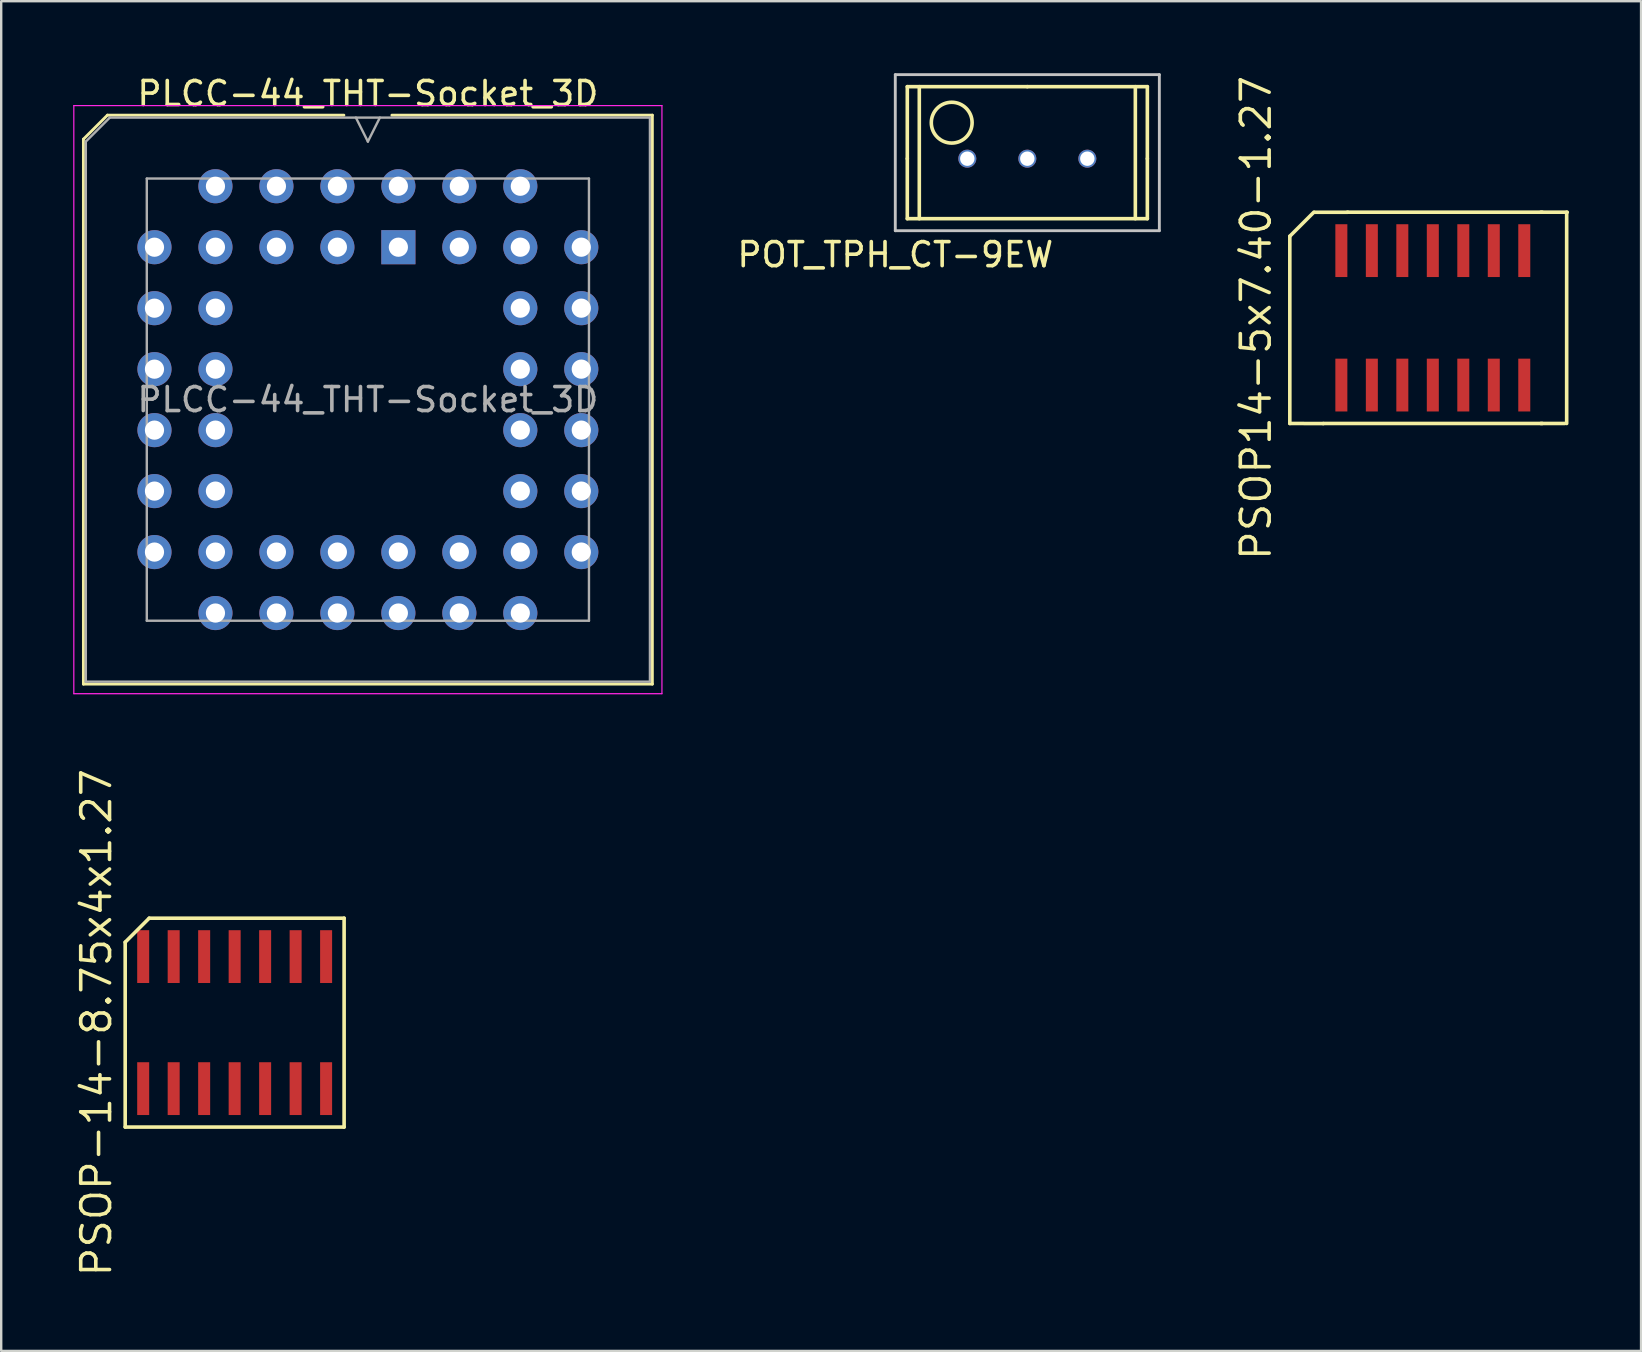
<source format=kicad_pcb>
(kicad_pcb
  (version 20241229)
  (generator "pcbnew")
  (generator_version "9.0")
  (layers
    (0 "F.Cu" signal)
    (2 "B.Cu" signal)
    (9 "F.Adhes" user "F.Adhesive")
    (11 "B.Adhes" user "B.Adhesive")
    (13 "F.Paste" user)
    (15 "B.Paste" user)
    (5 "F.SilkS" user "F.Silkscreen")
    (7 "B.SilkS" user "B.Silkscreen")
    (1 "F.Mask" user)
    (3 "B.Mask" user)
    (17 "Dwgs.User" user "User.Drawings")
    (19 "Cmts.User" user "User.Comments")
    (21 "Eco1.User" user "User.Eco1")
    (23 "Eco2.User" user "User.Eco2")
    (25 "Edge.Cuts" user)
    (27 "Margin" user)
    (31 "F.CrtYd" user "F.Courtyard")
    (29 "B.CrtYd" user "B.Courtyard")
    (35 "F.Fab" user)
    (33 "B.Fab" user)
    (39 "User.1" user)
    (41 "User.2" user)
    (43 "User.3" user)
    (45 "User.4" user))
  (footprint "PLCC-44_THT-Socket_3D"
    (layer "F.Cu")
    (at 13.545 7.248)
    (property "Reference" "PLCC-44_THT-Socket_3D" (at -1.27 -6.4 0) (layer "F.SilkS") (effects (font (size 1 1) (thickness 0.15))))
    (attr through_hole)
    (fp_line (start -13.12 -4.5) (end -13.12 18.2) (stroke (width 0.12) (type solid)) (layer "F.SilkS"))
    (fp_line (start -13.12 18.2) (end 10.58 18.2) (stroke (width 0.12) (type solid)) (layer "F.SilkS"))
    (fp_line (start -12.12 -5.5) (end -13.12 -4.5) (stroke (width 0.12) (type solid)) (layer "F.SilkS"))
    (fp_line (start -2.27 -5.5) (end -12.12 -5.5) (stroke (width 0.12) (type solid)) (layer "F.SilkS"))
    (fp_line (start 10.58 -5.5) (end -0.27 -5.5) (stroke (width 0.12) (type solid)) (layer "F.SilkS"))
    (fp_line (start 10.58 18.2) (end 10.58 -5.5) (stroke (width 0.12) (type solid)) (layer "F.SilkS"))
    (fp_line (start -13.52 -5.9) (end -13.52 18.6) (stroke (width 0.05) (type solid)) (layer "F.CrtYd"))
    (fp_line (start -13.52 18.6) (end 10.98 18.6) (stroke (width 0.05) (type solid)) (layer "F.CrtYd"))
    (fp_line (start 10.98 -5.9) (end -13.52 -5.9) (stroke (width 0.05) (type solid)) (layer "F.CrtYd"))
    (fp_line (start 10.98 18.6) (end 10.98 -5.9) (stroke (width 0.05) (type solid)) (layer "F.CrtYd"))
    (fp_line (start -13.02 -4.4) (end -13.02 18.1) (stroke (width 0.1) (type solid)) (layer "F.Fab"))
    (fp_line (start -13.02 18.1) (end 10.48 18.1) (stroke (width 0.1) (type solid)) (layer "F.Fab"))
    (fp_line (start -12.02 -5.4) (end -13.02 -4.4) (stroke (width 0.1) (type solid)) (layer "F.Fab"))
    (fp_line (start -10.48 -2.86) (end -10.48 15.56) (stroke (width 0.1) (type solid)) (layer "F.Fab"))
    (fp_line (start -10.48 15.56) (end 7.94 15.56) (stroke (width 0.1) (type solid)) (layer "F.Fab"))
    (fp_line (start -1.77 -5.4) (end -1.27 -4.4) (stroke (width 0.1) (type solid)) (layer "F.Fab"))
    (fp_line (start -1.27 -4.4) (end -0.77 -5.4) (stroke (width 0.1) (type solid)) (layer "F.Fab"))
    (fp_line (start 7.94 -2.86) (end -10.48 -2.86) (stroke (width 0.1) (type solid)) (layer "F.Fab"))
    (fp_line (start 7.94 15.56) (end 7.94 -2.86) (stroke (width 0.1) (type solid)) (layer "F.Fab"))
    (fp_line (start 10.48 -5.4) (end -12.02 -5.4) (stroke (width 0.1) (type solid)) (layer "F.Fab"))
    (fp_line (start 10.48 18.1) (end 10.48 -5.4) (stroke (width 0.1) (type solid)) (layer "F.Fab"))
    (fp_text user "${REFERENCE}" (at -1.27 6.35 0) (layer "F.Fab") (effects (font (size 1 1) (thickness 0.15))))
    (pad "1" thru_hole rect (at 0 0) (size 1.422 1.422) (drill 0.8) (layers "*.Cu" "*.Mask"))
    (pad "2" thru_hole circle (at -2.54 -2.54) (size 1.422 1.422) (drill 0.8) (layers "*.Cu" "*.Mask"))
    (pad "3" thru_hole circle (at -2.54 0) (size 1.422 1.422) (drill 0.8) (layers "*.Cu" "*.Mask"))
    (pad "4" thru_hole circle (at -5.08 -2.54) (size 1.422 1.422) (drill 0.8) (layers "*.Cu" "*.Mask"))
    (pad "5" thru_hole circle (at -5.08 0) (size 1.422 1.422) (drill 0.8) (layers "*.Cu" "*.Mask"))
    (pad "6" thru_hole circle (at -7.62 -2.54) (size 1.422 1.422) (drill 0.8) (layers "*.Cu" "*.Mask"))
    (pad "7" thru_hole circle (at -10.16 0) (size 1.422 1.422) (drill 0.8) (layers "*.Cu" "*.Mask"))
    (pad "8" thru_hole circle (at -7.62 0) (size 1.422 1.422) (drill 0.8) (layers "*.Cu" "*.Mask"))
    (pad "9" thru_hole circle (at -10.16 2.54) (size 1.422 1.422) (drill 0.8) (layers "*.Cu" "*.Mask"))
    (pad "10" thru_hole circle (at -7.62 2.54) (size 1.422 1.422) (drill 0.8) (layers "*.Cu" "*.Mask"))
    (pad "11" thru_hole circle (at -10.16 5.08) (size 1.422 1.422) (drill 0.8) (layers "*.Cu" "*.Mask"))
    (pad "12" thru_hole circle (at -7.62 5.08) (size 1.422 1.422) (drill 0.8) (layers "*.Cu" "*.Mask"))
    (pad "13" thru_hole circle (at -10.16 7.62) (size 1.422 1.422) (drill 0.8) (layers "*.Cu" "*.Mask"))
    (pad "14" thru_hole circle (at -7.62 7.62) (size 1.422 1.422) (drill 0.8) (layers "*.Cu" "*.Mask"))
    (pad "15" thru_hole circle (at -10.16 10.16) (size 1.422 1.422) (drill 0.8) (layers "*.Cu" "*.Mask"))
    (pad "16" thru_hole circle (at -7.62 10.16) (size 1.422 1.422) (drill 0.8) (layers "*.Cu" "*.Mask"))
    (pad "17" thru_hole circle (at -10.16 12.7) (size 1.422 1.422) (drill 0.8) (layers "*.Cu" "*.Mask"))
    (pad "18" thru_hole circle (at -7.62 15.24) (size 1.422 1.422) (drill 0.8) (layers "*.Cu" "*.Mask"))
    (pad "19" thru_hole circle (at -7.62 12.7) (size 1.422 1.422) (drill 0.8) (layers "*.Cu" "*.Mask"))
    (pad "20" thru_hole circle (at -5.08 15.24) (size 1.422 1.422) (drill 0.8) (layers "*.Cu" "*.Mask"))
    (pad "21" thru_hole circle (at -5.08 12.7) (size 1.422 1.422) (drill 0.8) (layers "*.Cu" "*.Mask"))
    (pad "22" thru_hole circle (at -2.54 15.24) (size 1.422 1.422) (drill 0.8) (layers "*.Cu" "*.Mask"))
    (pad "23" thru_hole circle (at -2.54 12.7) (size 1.422 1.422) (drill 0.8) (layers "*.Cu" "*.Mask"))
    (pad "24" thru_hole circle (at 0 15.24) (size 1.422 1.422) (drill 0.8) (layers "*.Cu" "*.Mask"))
    (pad "25" thru_hole circle (at 0 12.7) (size 1.422 1.422) (drill 0.8) (layers "*.Cu" "*.Mask"))
    (pad "26" thru_hole circle (at 2.54 15.24) (size 1.422 1.422) (drill 0.8) (layers "*.Cu" "*.Mask"))
    (pad "27" thru_hole circle (at 2.54 12.7) (size 1.422 1.422) (drill 0.8) (layers "*.Cu" "*.Mask"))
    (pad "28" thru_hole circle (at 5.08 15.24) (size 1.422 1.422) (drill 0.8) (layers "*.Cu" "*.Mask"))
    (pad "29" thru_hole circle (at 7.62 12.7) (size 1.422 1.422) (drill 0.8) (layers "*.Cu" "*.Mask"))
    (pad "30" thru_hole circle (at 5.08 12.7) (size 1.422 1.422) (drill 0.8) (layers "*.Cu" "*.Mask"))
    (pad "31" thru_hole circle (at 7.62 10.16) (size 1.422 1.422) (drill 0.8) (layers "*.Cu" "*.Mask"))
    (pad "32" thru_hole circle (at 5.08 10.16) (size 1.422 1.422) (drill 0.8) (layers "*.Cu" "*.Mask"))
    (pad "33" thru_hole circle (at 7.62 7.62) (size 1.422 1.422) (drill 0.8) (layers "*.Cu" "*.Mask"))
    (pad "34" thru_hole circle (at 5.08 7.62) (size 1.422 1.422) (drill 0.8) (layers "*.Cu" "*.Mask"))
    (pad "35" thru_hole circle (at 7.62 5.08) (size 1.422 1.422) (drill 0.8) (layers "*.Cu" "*.Mask"))
    (pad "36" thru_hole circle (at 5.08 5.08) (size 1.422 1.422) (drill 0.8) (layers "*.Cu" "*.Mask"))
    (pad "37" thru_hole circle (at 7.62 2.54) (size 1.422 1.422) (drill 0.8) (layers "*.Cu" "*.Mask"))
    (pad "38" thru_hole circle (at 5.08 2.54) (size 1.422 1.422) (drill 0.8) (layers "*.Cu" "*.Mask"))
    (pad "39" thru_hole circle (at 7.62 0) (size 1.422 1.422) (drill 0.8) (layers "*.Cu" "*.Mask"))
    (pad "40" thru_hole circle (at 5.08 -2.54) (size 1.422 1.422) (drill 0.8) (layers "*.Cu" "*.Mask"))
    (pad "41" thru_hole circle (at 5.08 0) (size 1.422 1.422) (drill 0.8) (layers "*.Cu" "*.Mask"))
    (pad "42" thru_hole circle (at 2.54 -2.54) (size 1.422 1.422) (drill 0.8) (layers "*.Cu" "*.Mask"))
    (pad "43" thru_hole circle (at 2.54 0) (size 1.422 1.422) (drill 0.8) (layers "*.Cu" "*.Mask"))
    (pad "44" thru_hole circle (at 0 -2.54) (size 1.422 1.422) (drill 0.8) (layers "*.Cu" "*.Mask")))
  (footprint "PSOP14-5x7.40-1.27"
    (layer "F.Cu")
    (at 56.638 10.191)
    (property "Reference" "PSOP14-5x7.40-1.27" (at -7.366 0 90) (layer "F.SilkS") (effects (font (size 1.2 1.2) (thickness 0.15))))
    (attr through_hole)
    (fp_line (start -5.957 -3.4) (end -5.957 4.4) (stroke (width 0.15) (type solid)) (layer "F.SilkS"))
    (fp_line (start -4.957 -4.4) (end -5.957 -3.4) (stroke (width 0.15) (type solid)) (layer "F.SilkS"))
    (fp_line (start -4.562 4.404) (end -5.959 4.399) (stroke (width 0.15) (type solid)) (layer "F.SilkS"))
    (fp_line (start -4.56 4.4) (end 4.56 4.4) (stroke (width 0.15) (type solid)) (layer "F.SilkS"))
    (fp_line (start -3.543 -4.399) (end -4.928 -4.399) (stroke (width 0.15) (type solid)) (layer "F.SilkS"))
    (fp_line (start 4.5 4.4) (end 5.5 4.4) (stroke (width 0.15) (type solid)) (layer "F.SilkS"))
    (fp_line (start 4.56 -4.4) (end -3.56 -4.4) (stroke (width 0.15) (type solid)) (layer "F.SilkS"))
    (fp_line (start 5.576 4.4) (end 5.576 -4.4) (stroke (width 0.15) (type solid)) (layer "F.SilkS"))
    (fp_line (start 5.6 -4.4) (end 4.5 -4.4) (stroke (width 0.15) (type solid)) (layer "F.SilkS"))
    (pad "1" smd rect (at -3.81 2.8) (size 0.5 2.2) (layers "F.Cu" "F.Mask" "F.Paste"))
    (pad "2" smd rect (at -2.54 2.8) (size 0.5 2.2) (layers "F.Cu" "F.Mask" "F.Paste"))
    (pad "3" smd rect (at -1.27 2.8) (size 0.5 2.2) (layers "F.Cu" "F.Mask" "F.Paste"))
    (pad "4" smd rect (at 0 2.8) (size 0.5 2.2) (layers "F.Cu" "F.Mask" "F.Paste"))
    (pad "5" smd rect (at 1.27 2.8) (size 0.5 2.2) (layers "F.Cu" "F.Mask" "F.Paste"))
    (pad "6" smd rect (at 2.54 2.8) (size 0.5 2.2) (layers "F.Cu" "F.Mask" "F.Paste"))
    (pad "7" smd rect (at 3.81 2.8) (size 0.5 2.2) (layers "F.Cu" "F.Mask" "F.Paste"))
    (pad "8" smd rect (at 3.81 -2.8) (size 0.5 2.2) (layers "F.Cu" "F.Mask" "F.Paste"))
    (pad "9" smd rect (at 2.54 -2.8) (size 0.5 2.2) (layers "F.Cu" "F.Mask" "F.Paste"))
    (pad "10" smd rect (at 1.27 -2.8) (size 0.5 2.2) (layers "F.Cu" "F.Mask" "F.Paste"))
    (pad "11" smd rect (at 0 -2.8) (size 0.5 2.2) (layers "F.Cu" "F.Mask" "F.Paste"))
    (pad "12" smd rect (at -1.27 -2.8) (size 0.5 2.2) (layers "F.Cu" "F.Mask" "F.Paste"))
    (pad "13" smd rect (at -2.54 -2.8) (size 0.5 2.2) (layers "F.Cu" "F.Mask" "F.Paste"))
    (pad "14" smd rect (at -3.81 -2.8) (size 0.5 2.2) (layers "F.Cu" "F.Mask" "F.Paste")))
  (footprint "POT_TPH_CT-9EW"
    (layer "F.Cu")
    (at 39.746 3.56)
    (property "Reference" "POT_TPH_CT-9EW" (at -5.5 4 0) (layer "F.SilkS") (effects (font (size 1 1) (thickness 0.15))))
    (attr through_hole)
    (fp_line (start -5 -3) (end 0 -3) (stroke (width 0.15) (type solid)) (layer "F.SilkS"))
    (fp_line (start -5 0) (end -5 -3) (stroke (width 0.15) (type solid)) (layer "F.SilkS"))
    (fp_line (start -5 2.5) (end -5 0) (stroke (width 0.15) (type solid)) (layer "F.SilkS"))
    (fp_line (start -4.5 -3) (end -4.5 2.5) (stroke (width 0.15) (type solid)) (layer "F.SilkS"))
    (fp_line (start 0 -3) (end 5 -3) (stroke (width 0.15) (type solid)) (layer "F.SilkS"))
    (fp_line (start 4.5 -3) (end 4.5 2.5) (stroke (width 0.15) (type solid)) (layer "F.SilkS"))
    (fp_line (start 5 -3) (end 5 0) (stroke (width 0.15) (type solid)) (layer "F.SilkS"))
    (fp_line (start 5 0) (end 5 2.5) (stroke (width 0.15) (type solid)) (layer "F.SilkS"))
    (fp_line (start 5 2.5) (end -5 2.5) (stroke (width 0.15) (type solid)) (layer "F.SilkS"))
    (fp_circle (center -3.15 -1.5) (end -2.3 -1.5) (stroke (width 0.15) (type solid)) (fill no) (layer "F.SilkS"))
    (fp_line (start -5.5 -3.5) (end -5.5 3) (stroke (width 0.12) (type solid)) (layer "Dwgs.User"))
    (fp_line (start -5.5 3) (end 5.5 3) (stroke (width 0.12) (type solid)) (layer "Dwgs.User"))
    (fp_line (start 5.5 -3.5) (end -5.5 -3.5) (stroke (width 0.12) (type solid)) (layer "Dwgs.User"))
    (fp_line (start 5.5 3) (end 5.5 -3.5) (stroke (width 0.12) (type solid)) (layer "Dwgs.User"))
    (pad "1" thru_hole circle (at -2.5 0) (size 0.75 0.75) (drill 0.6) (layers "*.Cu" "*.Mask"))
    (pad "2" thru_hole circle (at 0 0) (size 0.75 0.75) (drill 0.6) (layers "*.Cu" "*.Mask"))
    (pad "3" thru_hole circle (at 2.5 0) (size 0.75 0.75) (drill 0.6) (layers "*.Cu" "*.Mask")))
  (footprint "PSOP-14-8.75x4x1.27"
    (layer "F.Cu")
    (at 6.725 39.55)
    (property "Reference" "PSOP-14-8.75x4x1.27" (at -5.76 0 90) (layer "F.SilkS") (effects (font (size 1.2 1.2) (thickness 0.15))))
    (attr through_hole)
    (fp_line (start -4.56 -3.35) (end -4.56 4.35) (stroke (width 0.15) (type solid)) (layer "F.SilkS"))
    (fp_line (start -4.56 4.35) (end 4.56 4.35) (stroke (width 0.15) (type solid)) (layer "F.SilkS"))
    (fp_line (start -3.56 -4.35) (end -4.56 -3.35) (stroke (width 0.15) (type solid)) (layer "F.SilkS"))
    (fp_line (start 4.56 -4.35) (end -3.56 -4.35) (stroke (width 0.15) (type solid)) (layer "F.SilkS"))
    (fp_line (start 4.56 4.35) (end 4.56 -4.35) (stroke (width 0.15) (type solid)) (layer "F.SilkS"))
    (pad "1" smd rect (at -3.81 2.75) (size 0.5 2.2) (layers "F.Cu" "F.Mask" "F.Paste"))
    (pad "2" smd rect (at -2.54 2.75) (size 0.5 2.2) (layers "F.Cu" "F.Mask" "F.Paste"))
    (pad "3" smd rect (at -1.27 2.75) (size 0.5 2.2) (layers "F.Cu" "F.Mask" "F.Paste"))
    (pad "4" smd rect (at 0 2.75) (size 0.5 2.2) (layers "F.Cu" "F.Mask" "F.Paste"))
    (pad "5" smd rect (at 1.27 2.75) (size 0.5 2.2) (layers "F.Cu" "F.Mask" "F.Paste"))
    (pad "6" smd rect (at 2.54 2.75) (size 0.5 2.2) (layers "F.Cu" "F.Mask" "F.Paste"))
    (pad "7" smd rect (at 3.81 2.75) (size 0.5 2.2) (layers "F.Cu" "F.Mask" "F.Paste"))
    (pad "8" smd rect (at 3.81 -2.75) (size 0.5 2.2) (layers "F.Cu" "F.Mask" "F.Paste"))
    (pad "9" smd rect (at 2.54 -2.75) (size 0.5 2.2) (layers "F.Cu" "F.Mask" "F.Paste"))
    (pad "10" smd rect (at 1.27 -2.75) (size 0.5 2.2) (layers "F.Cu" "F.Mask" "F.Paste"))
    (pad "11" smd rect (at 0 -2.75) (size 0.5 2.2) (layers "F.Cu" "F.Mask" "F.Paste"))
    (pad "12" smd rect (at -1.27 -2.75) (size 0.5 2.2) (layers "F.Cu" "F.Mask" "F.Paste"))
    (pad "13" smd rect (at -2.54 -2.75) (size 0.5 2.2) (layers "F.Cu" "F.Mask" "F.Paste"))
    (pad "14" smd rect (at -3.81 -2.75) (size 0.5 2.2) (layers "F.Cu" "F.Mask" "F.Paste")))
  (gr_rect
    (start -3 -3)
    (end 65.313 53.226)
    (stroke (width 0.1) (type default))
    (fill no)
    (layer "Edge.Cuts")))
</source>
